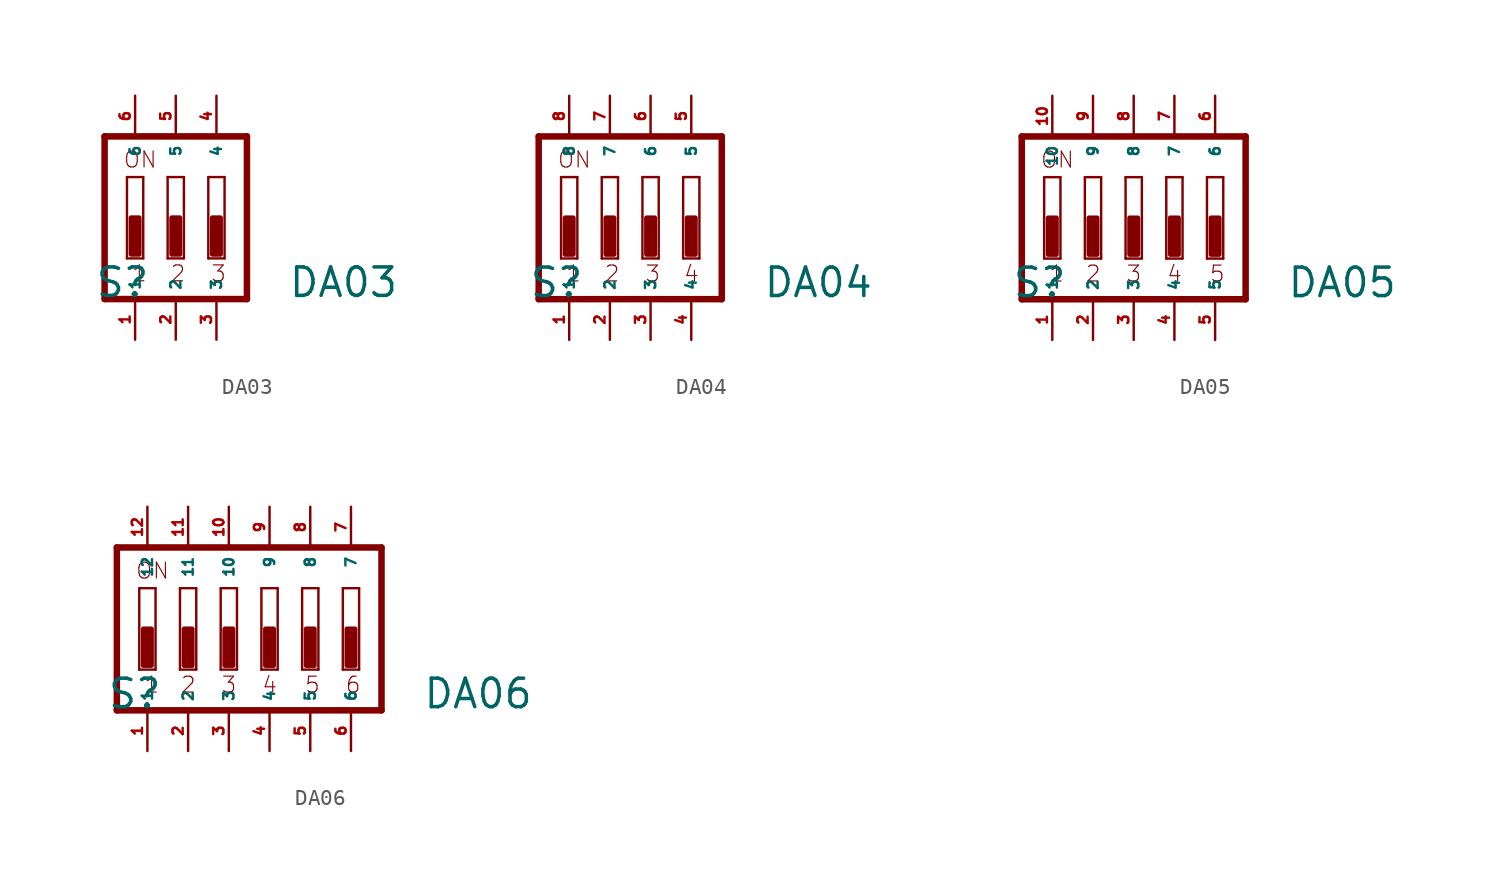
<source format=kicad_sym>
(kicad_symbol_lib
  (version 20220914)
  (generator Eagle2Kicad)
  (symbol "DA03"
    (property "Reference" "S"
      (at -5.08 -5.08 0)
      (effects (font (size 1.778 1.778) (thickness 0.22)) (justify left bottom)))
    (property "Value" "DA03"
      (at 6.985 -5.08 0)
      (effects (font (size 1.778 1.778) (thickness 0.22)) (justify left bottom)))
    (polyline
      (pts (xy 4.445 5.08) (xy 4.445 -5.08))
      (stroke (width 0.406) (type default))
      (fill (type none)))
    (polyline
      (pts (xy 4.445 5.08) (xy -4.445 5.08))
      (stroke (width 0.406) (type default))
      (fill (type none)))
    (polyline
      (pts (xy -4.445 5.08) (xy -4.445 -5.08))
      (stroke (width 0.406) (type default))
      (fill (type none)))
    (polyline
      (pts (xy -4.445 -5.08) (xy 4.445 -5.08))
      (stroke (width 0.406) (type default))
      (fill (type none)))
    (polyline
      (pts (xy -2.032 -2.54) (xy -3.048 -2.54))
      (stroke (width 0.152) (type default))
      (fill (type none)))
    (polyline
      (pts (xy -3.048 2.54) (xy -2.032 2.54))
      (stroke (width 0.152) (type default))
      (fill (type none)))
    (polyline
      (pts (xy -2.032 2.54) (xy -2.032 -2.54))
      (stroke (width 0.152) (type default))
      (fill (type none)))
    (polyline
      (pts (xy -3.048 -2.54) (xy -3.048 2.54))
      (stroke (width 0.152) (type default))
      (fill (type none)))
    (polyline
      (pts (xy 0.508 -2.54) (xy -0.508 -2.54))
      (stroke (width 0.152) (type default))
      (fill (type none)))
    (polyline
      (pts (xy -0.508 2.54) (xy 0.508 2.54))
      (stroke (width 0.152) (type default))
      (fill (type none)))
    (polyline
      (pts (xy 0.508 2.54) (xy 0.508 -2.54))
      (stroke (width 0.152) (type default))
      (fill (type none)))
    (polyline
      (pts (xy -0.508 -2.54) (xy -0.508 2.54))
      (stroke (width 0.152) (type default))
      (fill (type none)))
    (polyline
      (pts (xy 3.048 -2.54) (xy 2.032 -2.54))
      (stroke (width 0.152) (type default))
      (fill (type none)))
    (polyline
      (pts (xy 2.032 2.54) (xy 3.048 2.54))
      (stroke (width 0.152) (type default))
      (fill (type none)))
    (polyline
      (pts (xy 3.048 2.54) (xy 3.048 -2.54))
      (stroke (width 0.152) (type default))
      (fill (type none)))
    (polyline
      (pts (xy 2.032 -2.54) (xy 2.032 2.54))
      (stroke (width 0.152) (type default))
      (fill (type none)))
    (text "1"
      (at -2.794 -4.064 0)
      (effects (font (size 0.991 0.991) (thickness 0.07)) (justify left bottom)))
    (text "2"
      (at -0.381 -4.064 0)
      (effects (font (size 0.991 0.991) (thickness 0.07)) (justify left bottom)))
    (text "3"
      (at 2.159 -4.064 0)
      (effects (font (size 0.991 0.991) (thickness 0.07)) (justify left bottom)))
    (text "ON"
      (at -3.302 3.048 0)
      (effects (font (size 0.991 0.991) (thickness 0.07)) (justify left bottom)))
    (rectangle
      (start -2.794 -2.286)
      (end -2.286 0)
      (stroke (width 0.3) (type default))
      (fill (type outline)))
    (rectangle
      (start -0.254 -2.286)
      (end 0.254 0)
      (stroke (width 0.3) (type default))
      (fill (type outline)))
    (rectangle
      (start 2.286 -2.286)
      (end 2.794 0)
      (stroke (width 0.3) (type default))
      (fill (type outline)))
    (pin passive line
      (at 2.54 7.62 270)
      (length 2.54)
      (name "4" (effects (font (size 0.635 0.635) (thickness 0.08)) (justify left bottom)))
      (number "4" (effects (font (size 0.635 0.635) (thickness 0.08)) (justify left bottom))))
    (pin passive line
      (at 0 7.62 270)
      (length 2.54)
      (name "5" (effects (font (size 0.635 0.635) (thickness 0.08)) (justify left bottom)))
      (number "5" (effects (font (size 0.635 0.635) (thickness 0.08)) (justify left bottom))))
    (pin passive line
      (at -2.54 7.62 270)
      (length 2.54)
      (name "6" (effects (font (size 0.635 0.635) (thickness 0.08)) (justify left bottom)))
      (number "6" (effects (font (size 0.635 0.635) (thickness 0.08)) (justify left bottom))))
    (pin passive line
      (at -2.54 -7.62 90)
      (length 2.54)
      (name "1" (effects (font (size 0.635 0.635) (thickness 0.08)) (justify left bottom)))
      (number "1" (effects (font (size 0.635 0.635) (thickness 0.08)) (justify left bottom))))
    (pin passive line
      (at 0 -7.62 90)
      (length 2.54)
      (name "2" (effects (font (size 0.635 0.635) (thickness 0.08)) (justify left bottom)))
      (number "2" (effects (font (size 0.635 0.635) (thickness 0.08)) (justify left bottom))))
    (pin passive line
      (at 2.54 -7.62 90)
      (length 2.54)
      (name "3" (effects (font (size 0.635 0.635) (thickness 0.08)) (justify left bottom)))
      (number "3" (effects (font (size 0.635 0.635) (thickness 0.08)) (justify left bottom)))))
  (symbol "DA04"
    (property "Reference" "S"
      (at -5.08 -5.08 0)
      (effects (font (size 1.778 1.778) (thickness 0.22)) (justify left bottom)))
    (property "Value" "DA04"
      (at 9.525 -5.08 0)
      (effects (font (size 1.778 1.778) (thickness 0.22)) (justify left bottom)))
    (polyline
      (pts (xy 6.985 5.08) (xy -4.445 5.08))
      (stroke (width 0.406) (type default))
      (fill (type none)))
    (polyline
      (pts (xy -4.445 5.08) (xy -4.445 -5.08))
      (stroke (width 0.406) (type default))
      (fill (type none)))
    (polyline
      (pts (xy -4.445 -5.08) (xy 6.985 -5.08))
      (stroke (width 0.406) (type default))
      (fill (type none)))
    (polyline
      (pts (xy 6.985 -5.08) (xy 6.985 5.08))
      (stroke (width 0.406) (type default))
      (fill (type none)))
    (polyline
      (pts (xy -2.032 -2.54) (xy -3.048 -2.54))
      (stroke (width 0.152) (type default))
      (fill (type none)))
    (polyline
      (pts (xy -3.048 2.54) (xy -2.032 2.54))
      (stroke (width 0.152) (type default))
      (fill (type none)))
    (polyline
      (pts (xy -2.032 2.54) (xy -2.032 -2.54))
      (stroke (width 0.152) (type default))
      (fill (type none)))
    (polyline
      (pts (xy -3.048 -2.54) (xy -3.048 2.54))
      (stroke (width 0.152) (type default))
      (fill (type none)))
    (polyline
      (pts (xy 0.508 -2.54) (xy -0.508 -2.54))
      (stroke (width 0.152) (type default))
      (fill (type none)))
    (polyline
      (pts (xy -0.508 2.54) (xy 0.508 2.54))
      (stroke (width 0.152) (type default))
      (fill (type none)))
    (polyline
      (pts (xy 0.508 2.54) (xy 0.508 -2.54))
      (stroke (width 0.152) (type default))
      (fill (type none)))
    (polyline
      (pts (xy -0.508 -2.54) (xy -0.508 2.54))
      (stroke (width 0.152) (type default))
      (fill (type none)))
    (polyline
      (pts (xy 3.048 -2.54) (xy 2.032 -2.54))
      (stroke (width 0.152) (type default))
      (fill (type none)))
    (polyline
      (pts (xy 2.032 2.54) (xy 3.048 2.54))
      (stroke (width 0.152) (type default))
      (fill (type none)))
    (polyline
      (pts (xy 3.048 2.54) (xy 3.048 -2.54))
      (stroke (width 0.152) (type default))
      (fill (type none)))
    (polyline
      (pts (xy 2.032 -2.54) (xy 2.032 2.54))
      (stroke (width 0.152) (type default))
      (fill (type none)))
    (polyline
      (pts (xy 5.588 -2.54) (xy 4.572 -2.54))
      (stroke (width 0.152) (type default))
      (fill (type none)))
    (polyline
      (pts (xy 4.572 2.54) (xy 5.588 2.54))
      (stroke (width 0.152) (type default))
      (fill (type none)))
    (polyline
      (pts (xy 5.588 2.54) (xy 5.588 -2.54))
      (stroke (width 0.152) (type default))
      (fill (type none)))
    (polyline
      (pts (xy 4.572 -2.54) (xy 4.572 2.54))
      (stroke (width 0.152) (type default))
      (fill (type none)))
    (text "1"
      (at -2.794 -4.064 0)
      (effects (font (size 0.991 0.991) (thickness 0.07)) (justify left bottom)))
    (text "2"
      (at -0.381 -4.064 0)
      (effects (font (size 0.991 0.991) (thickness 0.07)) (justify left bottom)))
    (text "3"
      (at 2.159 -4.064 0)
      (effects (font (size 0.991 0.991) (thickness 0.07)) (justify left bottom)))
    (text "4"
      (at 4.572 -4.064 0)
      (effects (font (size 0.991 0.991) (thickness 0.07)) (justify left bottom)))
    (text "ON"
      (at -3.302 3.048 0)
      (effects (font (size 0.991 0.991) (thickness 0.07)) (justify left bottom)))
    (rectangle
      (start -2.794 -2.286)
      (end -2.286 0)
      (stroke (width 0.3) (type default))
      (fill (type outline)))
    (rectangle
      (start -0.254 -2.286)
      (end 0.254 0)
      (stroke (width 0.3) (type default))
      (fill (type outline)))
    (rectangle
      (start 2.286 -2.286)
      (end 2.794 0)
      (stroke (width 0.3) (type default))
      (fill (type outline)))
    (rectangle
      (start 4.826 -2.286)
      (end 5.334 0)
      (stroke (width 0.3) (type default))
      (fill (type outline)))
    (pin passive line
      (at 5.08 7.62 270)
      (length 2.54)
      (name "5" (effects (font (size 0.635 0.635) (thickness 0.08)) (justify left bottom)))
      (number "5" (effects (font (size 0.635 0.635) (thickness 0.08)) (justify left bottom))))
    (pin passive line
      (at 2.54 7.62 270)
      (length 2.54)
      (name "6" (effects (font (size 0.635 0.635) (thickness 0.08)) (justify left bottom)))
      (number "6" (effects (font (size 0.635 0.635) (thickness 0.08)) (justify left bottom))))
    (pin passive line
      (at 0 7.62 270)
      (length 2.54)
      (name "7" (effects (font (size 0.635 0.635) (thickness 0.08)) (justify left bottom)))
      (number "7" (effects (font (size 0.635 0.635) (thickness 0.08)) (justify left bottom))))
    (pin passive line
      (at -2.54 7.62 270)
      (length 2.54)
      (name "8" (effects (font (size 0.635 0.635) (thickness 0.08)) (justify left bottom)))
      (number "8" (effects (font (size 0.635 0.635) (thickness 0.08)) (justify left bottom))))
    (pin passive line
      (at -2.54 -7.62 90)
      (length 2.54)
      (name "1" (effects (font (size 0.635 0.635) (thickness 0.08)) (justify left bottom)))
      (number "1" (effects (font (size 0.635 0.635) (thickness 0.08)) (justify left bottom))))
    (pin passive line
      (at 0 -7.62 90)
      (length 2.54)
      (name "2" (effects (font (size 0.635 0.635) (thickness 0.08)) (justify left bottom)))
      (number "2" (effects (font (size 0.635 0.635) (thickness 0.08)) (justify left bottom))))
    (pin passive line
      (at 2.54 -7.62 90)
      (length 2.54)
      (name "3" (effects (font (size 0.635 0.635) (thickness 0.08)) (justify left bottom)))
      (number "3" (effects (font (size 0.635 0.635) (thickness 0.08)) (justify left bottom))))
    (pin passive line
      (at 5.08 -7.62 90)
      (length 2.54)
      (name "4" (effects (font (size 0.635 0.635) (thickness 0.08)) (justify left bottom)))
      (number "4" (effects (font (size 0.635 0.635) (thickness 0.08)) (justify left bottom)))))
  (symbol "DA05"
    (property "Reference" "S"
      (at -7.62 -5.08 0)
      (effects (font (size 1.778 1.778) (thickness 0.22)) (justify left bottom)))
    (property "Value" "DA05"
      (at 9.525 -5.08 0)
      (effects (font (size 1.778 1.778) (thickness 0.22)) (justify left bottom)))
    (polyline
      (pts (xy 6.985 5.08) (xy -6.985 5.08))
      (stroke (width 0.406) (type default))
      (fill (type none)))
    (polyline
      (pts (xy -6.985 5.08) (xy -6.985 -5.08))
      (stroke (width 0.406) (type default))
      (fill (type none)))
    (polyline
      (pts (xy -6.985 -5.08) (xy 6.985 -5.08))
      (stroke (width 0.406) (type default))
      (fill (type none)))
    (polyline
      (pts (xy 6.985 -5.08) (xy 6.985 5.08))
      (stroke (width 0.406) (type default))
      (fill (type none)))
    (polyline
      (pts (xy -4.572 -2.54) (xy -5.588 -2.54))
      (stroke (width 0.152) (type default))
      (fill (type none)))
    (polyline
      (pts (xy -5.588 2.54) (xy -4.572 2.54))
      (stroke (width 0.152) (type default))
      (fill (type none)))
    (polyline
      (pts (xy -4.572 2.54) (xy -4.572 -2.54))
      (stroke (width 0.152) (type default))
      (fill (type none)))
    (polyline
      (pts (xy -5.588 -2.54) (xy -5.588 2.54))
      (stroke (width 0.152) (type default))
      (fill (type none)))
    (polyline
      (pts (xy -2.032 -2.54) (xy -3.048 -2.54))
      (stroke (width 0.152) (type default))
      (fill (type none)))
    (polyline
      (pts (xy -3.048 2.54) (xy -2.032 2.54))
      (stroke (width 0.152) (type default))
      (fill (type none)))
    (polyline
      (pts (xy -2.032 2.54) (xy -2.032 -2.54))
      (stroke (width 0.152) (type default))
      (fill (type none)))
    (polyline
      (pts (xy -3.048 -2.54) (xy -3.048 2.54))
      (stroke (width 0.152) (type default))
      (fill (type none)))
    (polyline
      (pts (xy 0.508 -2.54) (xy -0.508 -2.54))
      (stroke (width 0.152) (type default))
      (fill (type none)))
    (polyline
      (pts (xy -0.508 2.54) (xy 0.508 2.54))
      (stroke (width 0.152) (type default))
      (fill (type none)))
    (polyline
      (pts (xy 0.508 2.54) (xy 0.508 -2.54))
      (stroke (width 0.152) (type default))
      (fill (type none)))
    (polyline
      (pts (xy -0.508 -2.54) (xy -0.508 2.54))
      (stroke (width 0.152) (type default))
      (fill (type none)))
    (polyline
      (pts (xy 3.048 -2.54) (xy 2.032 -2.54))
      (stroke (width 0.152) (type default))
      (fill (type none)))
    (polyline
      (pts (xy 2.032 2.54) (xy 3.048 2.54))
      (stroke (width 0.152) (type default))
      (fill (type none)))
    (polyline
      (pts (xy 3.048 2.54) (xy 3.048 -2.54))
      (stroke (width 0.152) (type default))
      (fill (type none)))
    (polyline
      (pts (xy 2.032 -2.54) (xy 2.032 2.54))
      (stroke (width 0.152) (type default))
      (fill (type none)))
    (polyline
      (pts (xy 5.588 -2.54) (xy 4.572 -2.54))
      (stroke (width 0.152) (type default))
      (fill (type none)))
    (polyline
      (pts (xy 4.572 2.54) (xy 5.588 2.54))
      (stroke (width 0.152) (type default))
      (fill (type none)))
    (polyline
      (pts (xy 5.588 2.54) (xy 5.588 -2.54))
      (stroke (width 0.152) (type default))
      (fill (type none)))
    (polyline
      (pts (xy 4.572 -2.54) (xy 4.572 2.54))
      (stroke (width 0.152) (type default))
      (fill (type none)))
    (text "1"
      (at -5.334 -4.064 0)
      (effects (font (size 0.991 0.991) (thickness 0.07)) (justify left bottom)))
    (text "2"
      (at -3.048 -4.064 0)
      (effects (font (size 0.991 0.991) (thickness 0.07)) (justify left bottom)))
    (text "3"
      (at -0.508 -4.064 0)
      (effects (font (size 0.991 0.991) (thickness 0.07)) (justify left bottom)))
    (text "4"
      (at 2.032 -4.064 0)
      (effects (font (size 0.991 0.991) (thickness 0.07)) (justify left bottom)))
    (text "5"
      (at 4.699 -4.064 0)
      (effects (font (size 0.991 0.991) (thickness 0.07)) (justify left bottom)))
    (text "ON"
      (at -5.842 3.048 0)
      (effects (font (size 0.991 0.991) (thickness 0.07)) (justify left bottom)))
    (rectangle
      (start -5.334 -2.286)
      (end -4.826 0)
      (stroke (width 0.3) (type default))
      (fill (type outline)))
    (rectangle
      (start -2.794 -2.286)
      (end -2.286 0)
      (stroke (width 0.3) (type default))
      (fill (type outline)))
    (rectangle
      (start -0.254 -2.286)
      (end 0.254 0)
      (stroke (width 0.3) (type default))
      (fill (type outline)))
    (rectangle
      (start 2.286 -2.286)
      (end 2.794 0)
      (stroke (width 0.3) (type default))
      (fill (type outline)))
    (rectangle
      (start 4.826 -2.286)
      (end 5.334 0)
      (stroke (width 0.3) (type default))
      (fill (type outline)))
    (pin passive line
      (at 5.08 7.62 270)
      (length 2.54)
      (name "6" (effects (font (size 0.635 0.635) (thickness 0.08)) (justify left bottom)))
      (number "6" (effects (font (size 0.635 0.635) (thickness 0.08)) (justify left bottom))))
    (pin passive line
      (at 2.54 7.62 270)
      (length 2.54)
      (name "7" (effects (font (size 0.635 0.635) (thickness 0.08)) (justify left bottom)))
      (number "7" (effects (font (size 0.635 0.635) (thickness 0.08)) (justify left bottom))))
    (pin passive line
      (at 0 7.62 270)
      (length 2.54)
      (name "8" (effects (font (size 0.635 0.635) (thickness 0.08)) (justify left bottom)))
      (number "8" (effects (font (size 0.635 0.635) (thickness 0.08)) (justify left bottom))))
    (pin passive line
      (at -2.54 7.62 270)
      (length 2.54)
      (name "9" (effects (font (size 0.635 0.635) (thickness 0.08)) (justify left bottom)))
      (number "9" (effects (font (size 0.635 0.635) (thickness 0.08)) (justify left bottom))))
    (pin passive line
      (at -5.08 7.62 270)
      (length 2.54)
      (name "10" (effects (font (size 0.635 0.635) (thickness 0.08)) (justify left bottom)))
      (number "10" (effects (font (size 0.635 0.635) (thickness 0.08)) (justify left bottom))))
    (pin passive line
      (at -5.08 -7.62 90)
      (length 2.54)
      (name "1" (effects (font (size 0.635 0.635) (thickness 0.08)) (justify left bottom)))
      (number "1" (effects (font (size 0.635 0.635) (thickness 0.08)) (justify left bottom))))
    (pin passive line
      (at -2.54 -7.62 90)
      (length 2.54)
      (name "2" (effects (font (size 0.635 0.635) (thickness 0.08)) (justify left bottom)))
      (number "2" (effects (font (size 0.635 0.635) (thickness 0.08)) (justify left bottom))))
    (pin passive line
      (at 0 -7.62 90)
      (length 2.54)
      (name "3" (effects (font (size 0.635 0.635) (thickness 0.08)) (justify left bottom)))
      (number "3" (effects (font (size 0.635 0.635) (thickness 0.08)) (justify left bottom))))
    (pin passive line
      (at 2.54 -7.62 90)
      (length 2.54)
      (name "4" (effects (font (size 0.635 0.635) (thickness 0.08)) (justify left bottom)))
      (number "4" (effects (font (size 0.635 0.635) (thickness 0.08)) (justify left bottom))))
    (pin passive line
      (at 5.08 -7.62 90)
      (length 2.54)
      (name "5" (effects (font (size 0.635 0.635) (thickness 0.08)) (justify left bottom)))
      (number "5" (effects (font (size 0.635 0.635) (thickness 0.08)) (justify left bottom)))))
  (symbol "DA06"
    (property "Reference" "S"
      (at -10.16 -5.08 0)
      (effects (font (size 1.778 1.778) (thickness 0.22)) (justify left bottom)))
    (property "Value" "DA06"
      (at 9.525 -5.08 0)
      (effects (font (size 1.778 1.778) (thickness 0.22)) (justify left bottom)))
    (polyline
      (pts (xy 6.985 5.08) (xy -9.525 5.08))
      (stroke (width 0.406) (type default))
      (fill (type none)))
    (polyline
      (pts (xy -9.525 5.08) (xy -9.525 -5.08))
      (stroke (width 0.406) (type default))
      (fill (type none)))
    (polyline
      (pts (xy -9.525 -5.08) (xy 6.985 -5.08))
      (stroke (width 0.406) (type default))
      (fill (type none)))
    (polyline
      (pts (xy 6.985 -5.08) (xy 6.985 5.08))
      (stroke (width 0.406) (type default))
      (fill (type none)))
    (polyline
      (pts (xy -7.112 -2.54) (xy -8.128 -2.54))
      (stroke (width 0.152) (type default))
      (fill (type none)))
    (polyline
      (pts (xy -8.128 2.54) (xy -7.112 2.54))
      (stroke (width 0.152) (type default))
      (fill (type none)))
    (polyline
      (pts (xy -7.112 2.54) (xy -7.112 -2.54))
      (stroke (width 0.152) (type default))
      (fill (type none)))
    (polyline
      (pts (xy -8.128 -2.54) (xy -8.128 2.54))
      (stroke (width 0.152) (type default))
      (fill (type none)))
    (polyline
      (pts (xy -4.572 -2.54) (xy -5.588 -2.54))
      (stroke (width 0.152) (type default))
      (fill (type none)))
    (polyline
      (pts (xy -5.588 2.54) (xy -4.572 2.54))
      (stroke (width 0.152) (type default))
      (fill (type none)))
    (polyline
      (pts (xy -4.572 2.54) (xy -4.572 -2.54))
      (stroke (width 0.152) (type default))
      (fill (type none)))
    (polyline
      (pts (xy -5.588 -2.54) (xy -5.588 2.54))
      (stroke (width 0.152) (type default))
      (fill (type none)))
    (polyline
      (pts (xy -2.032 -2.54) (xy -3.048 -2.54))
      (stroke (width 0.152) (type default))
      (fill (type none)))
    (polyline
      (pts (xy -3.048 2.54) (xy -2.032 2.54))
      (stroke (width 0.152) (type default))
      (fill (type none)))
    (polyline
      (pts (xy -2.032 2.54) (xy -2.032 -2.54))
      (stroke (width 0.152) (type default))
      (fill (type none)))
    (polyline
      (pts (xy -3.048 -2.54) (xy -3.048 2.54))
      (stroke (width 0.152) (type default))
      (fill (type none)))
    (polyline
      (pts (xy 0.508 -2.54) (xy -0.508 -2.54))
      (stroke (width 0.152) (type default))
      (fill (type none)))
    (polyline
      (pts (xy -0.508 2.54) (xy 0.508 2.54))
      (stroke (width 0.152) (type default))
      (fill (type none)))
    (polyline
      (pts (xy 0.508 2.54) (xy 0.508 -2.54))
      (stroke (width 0.152) (type default))
      (fill (type none)))
    (polyline
      (pts (xy -0.508 -2.54) (xy -0.508 2.54))
      (stroke (width 0.152) (type default))
      (fill (type none)))
    (polyline
      (pts (xy 3.048 -2.54) (xy 2.032 -2.54))
      (stroke (width 0.152) (type default))
      (fill (type none)))
    (polyline
      (pts (xy 2.032 2.54) (xy 3.048 2.54))
      (stroke (width 0.152) (type default))
      (fill (type none)))
    (polyline
      (pts (xy 3.048 2.54) (xy 3.048 -2.54))
      (stroke (width 0.152) (type default))
      (fill (type none)))
    (polyline
      (pts (xy 2.032 -2.54) (xy 2.032 2.54))
      (stroke (width 0.152) (type default))
      (fill (type none)))
    (polyline
      (pts (xy 5.588 -2.54) (xy 4.572 -2.54))
      (stroke (width 0.152) (type default))
      (fill (type none)))
    (polyline
      (pts (xy 4.572 2.54) (xy 5.588 2.54))
      (stroke (width 0.152) (type default))
      (fill (type none)))
    (polyline
      (pts (xy 5.588 2.54) (xy 5.588 -2.54))
      (stroke (width 0.152) (type default))
      (fill (type none)))
    (polyline
      (pts (xy 4.572 -2.54) (xy 4.572 2.54))
      (stroke (width 0.152) (type default))
      (fill (type none)))
    (text "1"
      (at -7.874 -4.064 0)
      (effects (font (size 0.991 0.991) (thickness 0.07)) (justify left bottom)))
    (text "2"
      (at -5.588 -4.064 0)
      (effects (font (size 0.991 0.991) (thickness 0.07)) (justify left bottom)))
    (text "3"
      (at -3.048 -4.064 0)
      (effects (font (size 0.991 0.991) (thickness 0.07)) (justify left bottom)))
    (text "4"
      (at -0.508 -4.064 0)
      (effects (font (size 0.991 0.991) (thickness 0.07)) (justify left bottom)))
    (text "5"
      (at 2.159 -4.064 0)
      (effects (font (size 0.991 0.991) (thickness 0.07)) (justify left bottom)))
    (text "6"
      (at 4.699 -4.064 0)
      (effects (font (size 0.991 0.991) (thickness 0.07)) (justify left bottom)))
    (text "ON"
      (at -8.382 3.048 0)
      (effects (font (size 0.991 0.991) (thickness 0.07)) (justify left bottom)))
    (rectangle
      (start -7.874 -2.286)
      (end -7.366 0)
      (stroke (width 0.3) (type default))
      (fill (type outline)))
    (rectangle
      (start -5.334 -2.286)
      (end -4.826 0)
      (stroke (width 0.3) (type default))
      (fill (type outline)))
    (rectangle
      (start -2.794 -2.286)
      (end -2.286 0)
      (stroke (width 0.3) (type default))
      (fill (type outline)))
    (rectangle
      (start -0.254 -2.286)
      (end 0.254 0)
      (stroke (width 0.3) (type default))
      (fill (type outline)))
    (rectangle
      (start 2.286 -2.286)
      (end 2.794 0)
      (stroke (width 0.3) (type default))
      (fill (type outline)))
    (rectangle
      (start 4.826 -2.286)
      (end 5.334 0)
      (stroke (width 0.3) (type default))
      (fill (type outline)))
    (pin passive line
      (at 5.08 7.62 270)
      (length 2.54)
      (name "7" (effects (font (size 0.635 0.635) (thickness 0.08)) (justify left bottom)))
      (number "7" (effects (font (size 0.635 0.635) (thickness 0.08)) (justify left bottom))))
    (pin passive line
      (at 2.54 7.62 270)
      (length 2.54)
      (name "8" (effects (font (size 0.635 0.635) (thickness 0.08)) (justify left bottom)))
      (number "8" (effects (font (size 0.635 0.635) (thickness 0.08)) (justify left bottom))))
    (pin passive line
      (at 0 7.62 270)
      (length 2.54)
      (name "9" (effects (font (size 0.635 0.635) (thickness 0.08)) (justify left bottom)))
      (number "9" (effects (font (size 0.635 0.635) (thickness 0.08)) (justify left bottom))))
    (pin passive line
      (at -2.54 7.62 270)
      (length 2.54)
      (name "10" (effects (font (size 0.635 0.635) (thickness 0.08)) (justify left bottom)))
      (number "10" (effects (font (size 0.635 0.635) (thickness 0.08)) (justify left bottom))))
    (pin passive line
      (at -5.08 7.62 270)
      (length 2.54)
      (name "11" (effects (font (size 0.635 0.635) (thickness 0.08)) (justify left bottom)))
      (number "11" (effects (font (size 0.635 0.635) (thickness 0.08)) (justify left bottom))))
    (pin passive line
      (at -7.62 7.62 270)
      (length 2.54)
      (name "12" (effects (font (size 0.635 0.635) (thickness 0.08)) (justify left bottom)))
      (number "12" (effects (font (size 0.635 0.635) (thickness 0.08)) (justify left bottom))))
    (pin passive line
      (at -7.62 -7.62 90)
      (length 2.54)
      (name "1" (effects (font (size 0.635 0.635) (thickness 0.08)) (justify left bottom)))
      (number "1" (effects (font (size 0.635 0.635) (thickness 0.08)) (justify left bottom))))
    (pin passive line
      (at -5.08 -7.62 90)
      (length 2.54)
      (name "2" (effects (font (size 0.635 0.635) (thickness 0.08)) (justify left bottom)))
      (number "2" (effects (font (size 0.635 0.635) (thickness 0.08)) (justify left bottom))))
    (pin passive line
      (at -2.54 -7.62 90)
      (length 2.54)
      (name "3" (effects (font (size 0.635 0.635) (thickness 0.08)) (justify left bottom)))
      (number "3" (effects (font (size 0.635 0.635) (thickness 0.08)) (justify left bottom))))
    (pin passive line
      (at 0 -7.62 90)
      (length 2.54)
      (name "4" (effects (font (size 0.635 0.635) (thickness 0.08)) (justify left bottom)))
      (number "4" (effects (font (size 0.635 0.635) (thickness 0.08)) (justify left bottom))))
    (pin passive line
      (at 2.54 -7.62 90)
      (length 2.54)
      (name "5" (effects (font (size 0.635 0.635) (thickness 0.08)) (justify left bottom)))
      (number "5" (effects (font (size 0.635 0.635) (thickness 0.08)) (justify left bottom))))
    (pin passive line
      (at 5.08 -7.62 90)
      (length 2.54)
      (name "6" (effects (font (size 0.635 0.635) (thickness 0.08)) (justify left bottom)))
      (number "6" (effects (font (size 0.635 0.635) (thickness 0.08)) (justify left bottom))))))
</source>
